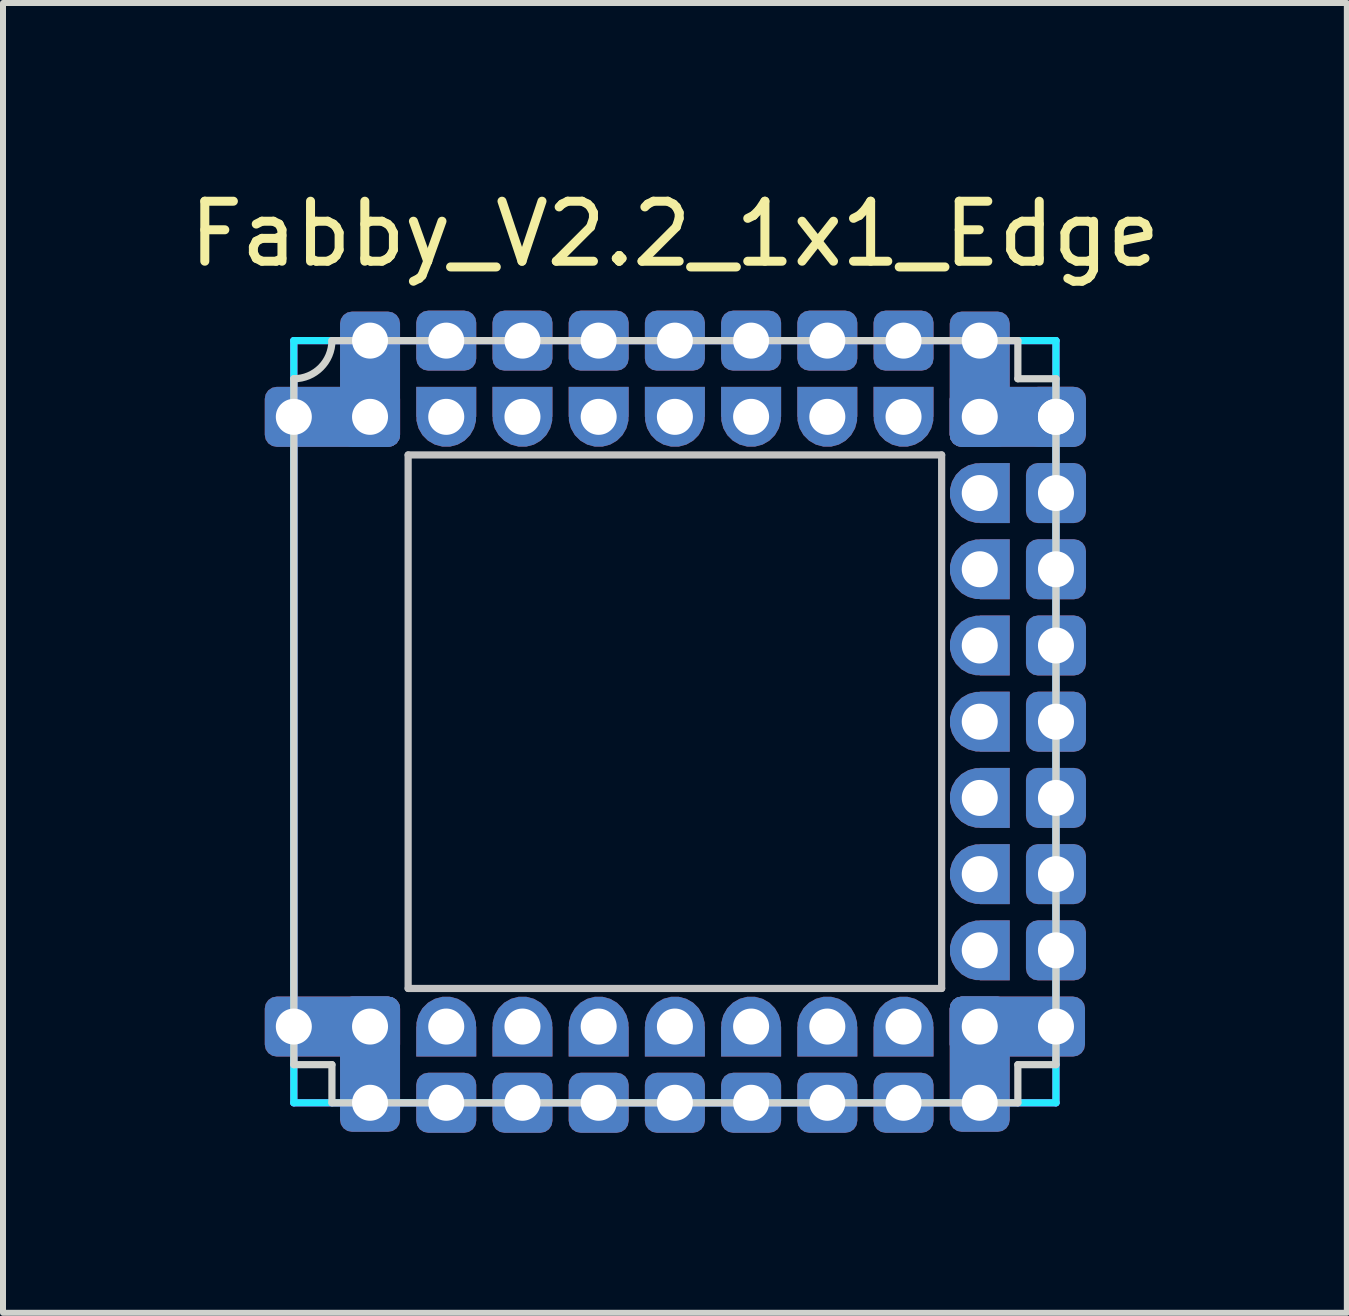
<source format=kicad_pcb>
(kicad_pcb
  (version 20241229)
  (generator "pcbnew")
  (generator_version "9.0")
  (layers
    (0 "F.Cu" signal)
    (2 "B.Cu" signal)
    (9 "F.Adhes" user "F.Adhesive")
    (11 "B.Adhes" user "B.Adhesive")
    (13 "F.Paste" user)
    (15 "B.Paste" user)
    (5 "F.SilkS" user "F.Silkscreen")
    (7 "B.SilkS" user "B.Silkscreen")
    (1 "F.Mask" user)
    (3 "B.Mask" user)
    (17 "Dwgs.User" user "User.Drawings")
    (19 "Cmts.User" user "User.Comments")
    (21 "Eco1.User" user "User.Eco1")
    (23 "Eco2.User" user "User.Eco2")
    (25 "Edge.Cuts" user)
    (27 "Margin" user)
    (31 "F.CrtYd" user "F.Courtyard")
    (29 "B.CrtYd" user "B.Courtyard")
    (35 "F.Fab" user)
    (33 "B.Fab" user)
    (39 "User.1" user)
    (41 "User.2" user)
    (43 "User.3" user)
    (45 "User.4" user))
  (footprint "Fabby_V2.2_1x1_Edge"
    (layer "F.Cu")
    (at 8.196 8.976)
    (property "Reference" "Fabby_V2.2_1x1_Edge" (at 0 -8.128 0) (layer "F.SilkS") (effects (font (size 1 1) (thickness 0.15))))
    (attr through_hole)
    (fp_line (start -4.445 -4.445) (end 4.445 -4.445) (stroke (width 0.12) (type solid)) (layer "Dwgs.User"))
    (fp_line (start -4.445 4.445) (end -4.445 -4.445) (stroke (width 0.12) (type solid)) (layer "Dwgs.User"))
    (fp_line (start 4.445 -4.445) (end 4.445 4.445) (stroke (width 0.12) (type solid)) (layer "Dwgs.User"))
    (fp_line (start 4.445 4.445) (end -4.445 4.445) (stroke (width 0.12) (type solid)) (layer "Dwgs.User"))
    (fp_line (start -6.35 -5.715) (end -6.35 5.715) (stroke (width 0.12) (type solid)) (layer "Edge.Cuts"))
    (fp_line (start -6.35 5.715) (end -5.715 5.715) (stroke (width 0.12) (type solid)) (layer "Edge.Cuts"))
    (fp_line (start -5.715 -6.35) (end 5.715 -6.35) (stroke (width 0.12) (type solid)) (layer "Edge.Cuts"))
    (fp_line (start -5.715 5.715) (end -5.715 6.35) (stroke (width 0.12) (type solid)) (layer "Edge.Cuts"))
    (fp_line (start 5.715 -6.35) (end 5.715 -5.715) (stroke (width 0.12) (type solid)) (layer "Edge.Cuts"))
    (fp_line (start 5.715 -5.715) (end 6.35 -5.715) (stroke (width 0.12) (type solid)) (layer "Edge.Cuts"))
    (fp_line (start 5.715 5.715) (end 6.35 5.715) (stroke (width 0.12) (type solid)) (layer "Edge.Cuts"))
    (fp_line (start 5.715 6.35) (end -5.715 6.35) (stroke (width 0.12) (type solid)) (layer "Edge.Cuts"))
    (fp_line (start 5.715 6.35) (end 5.715 5.715) (stroke (width 0.12) (type solid)) (layer "Edge.Cuts"))
    (fp_line (start 6.35 -5.715) (end 6.35 5.715) (stroke (width 0.12) (type solid)) (layer "Edge.Cuts"))
    (fp_arc (start -5.715 -6.35) (mid -5.900987 -5.900987) (end -6.35 -5.715) (stroke (width 0.12) (type solid)) (layer "Edge.Cuts"))
    (fp_line (start -6.35 -6.35) (end 6.35 -6.35) (stroke (width 0.12) (type solid)) (layer "B.CrtYd"))
    (fp_line (start -6.35 6.35) (end -6.35 -6.35) (stroke (width 0.12) (type solid)) (layer "B.CrtYd"))
    (fp_line (start 6.35 -6.35) (end 6.35 6.35) (stroke (width 0.12) (type solid)) (layer "B.CrtYd"))
    (fp_line (start 6.35 6.35) (end -6.35 6.35) (stroke (width 0.12) (type solid)) (layer "B.CrtYd"))
    (fp_line (start -6.35 -6.35) (end 6.35 -6.35) (stroke (width 0.12) (type solid)) (layer "F.CrtYd"))
    (fp_line (start -6.35 6.35) (end -6.35 -6.35) (stroke (width 0.12) (type solid)) (layer "F.CrtYd"))
    (fp_line (start 6.35 -6.35) (end 6.35 6.35) (stroke (width 0.12) (type solid)) (layer "F.CrtYd"))
    (fp_line (start 6.35 6.35) (end -6.35 6.35) (stroke (width 0.12) (type solid)) (layer "F.CrtYd"))
    (pad "" thru_hole roundrect (at -3.81 -6.35 270) (size 1 1) (drill 0.6) (layers "*.Cu" "*.Mask") (roundrect_rratio 0.2))
    (pad "" thru_hole roundrect (at -3.81 6.35 270) (size 1 1) (drill 0.6) (layers "*.Cu" "*.Mask") (roundrect_rratio 0.2))
    (pad "" thru_hole roundrect (at -2.54 -6.35 270) (size 1 1) (drill 0.6) (layers "*.Cu" "*.Mask") (roundrect_rratio 0.2))
    (pad "" thru_hole roundrect (at -2.54 6.35 270) (size 1 1) (drill 0.6) (layers "*.Cu" "*.Mask") (roundrect_rratio 0.2))
    (pad "" thru_hole roundrect (at -1.27 -6.35 270) (size 1 1) (drill 0.6) (layers "*.Cu" "*.Mask") (roundrect_rratio 0.2))
    (pad "" thru_hole roundrect (at -1.27 6.35 270) (size 1 1) (drill 0.6) (layers "*.Cu" "*.Mask") (roundrect_rratio 0.2))
    (pad "" thru_hole roundrect (at 0 -6.35 270) (size 1 1) (drill 0.6) (layers "*.Cu" "*.Mask") (roundrect_rratio 0.2))
    (pad "" thru_hole roundrect (at 0 6.35 270) (size 1 1) (drill 0.6) (layers "*.Cu" "*.Mask") (roundrect_rratio 0.2))
    (pad "" thru_hole roundrect (at 1.27 -6.35 270) (size 1 1) (drill 0.6) (layers "*.Cu" "*.Mask") (roundrect_rratio 0.2))
    (pad "" thru_hole roundrect (at 1.27 6.35 270) (size 1 1) (drill 0.6) (layers "*.Cu" "*.Mask") (roundrect_rratio 0.2))
    (pad "" thru_hole roundrect (at 2.54 -6.35 270) (size 1 1) (drill 0.6) (layers "*.Cu" "*.Mask") (roundrect_rratio 0.2))
    (pad "" thru_hole roundrect (at 2.54 6.35 270) (size 1 1) (drill 0.6) (layers "*.Cu" "*.Mask") (roundrect_rratio 0.2))
    (pad "" thru_hole roundrect (at 3.81 -6.35 270) (size 1 1) (drill 0.6) (layers "*.Cu" "*.Mask") (roundrect_rratio 0.2))
    (pad "" thru_hole roundrect (at 3.81 6.35 270) (size 1 1) (drill 0.6) (layers "*.Cu" "*.Mask") (roundrect_rratio 0.2))
    (pad "" thru_hole roundrect (at 6.35 -3.81 270) (size 1 1) (drill 0.6) (layers "*.Cu" "*.Mask") (roundrect_rratio 0.2))
    (pad "" thru_hole roundrect (at 6.35 -2.54 270) (size 1 1) (drill 0.6) (layers "*.Cu" "*.Mask") (roundrect_rratio 0.2))
    (pad "" thru_hole roundrect (at 6.35 -1.27 270) (size 1 1) (drill 0.6) (layers "*.Cu" "*.Mask") (roundrect_rratio 0.2))
    (pad "" thru_hole roundrect (at 6.35 0 270) (size 1 1) (drill 0.6) (layers "*.Cu" "*.Mask") (roundrect_rratio 0.2))
    (pad "" thru_hole roundrect (at 6.35 1.27 270) (size 1 1) (drill 0.6) (layers "*.Cu" "*.Mask") (roundrect_rratio 0.2))
    (pad "" thru_hole roundrect (at 6.35 2.54 270) (size 1 1) (drill 0.6) (layers "*.Cu" "*.Mask") (roundrect_rratio 0.2))
    (pad "" thru_hole roundrect (at 6.35 3.81 270) (size 1 1) (drill 0.6) (layers "*.Cu" "*.Mask") (roundrect_rratio 0.2))
    (pad "1" thru_hole roundrect (at -6.35 -5.08 270) (size 1 2.254) (drill 0.6 (offset 0 -0.643)) (layers "*.Cu" "*.Mask") (roundrect_rratio 0.2))
    (pad "1" thru_hole roundrect (at -5.08 -6.35 180) (size 1 2.254) (drill 0.6 (offset 0 -0.643)) (layers "*.Cu" "*.Mask") (roundrect_rratio 0.2))
    (pad "1" thru_hole roundrect (at -5.08 -5.08 270) (size 1 1) (drill 0.6) (layers "*.Cu" "*.Mask") (roundrect_rratio 0.2))
    (pad "9" thru_hole roundrect (at -6.35 5.08 270) (size 1 2.254) (drill 0.6 (offset 0 -0.643)) (layers "*.Cu" "*.Mask") (roundrect_rratio 0.2))
    (pad "9" thru_hole roundrect (at -5.08 5.08 270) (size 1 1) (drill 0.6) (layers "*.Cu" "*.Mask") (roundrect_rratio 0.2))
    (pad "9" thru_hole roundrect (at -5.08 6.35) (size 1 2.254) (drill 0.6 (offset 0 -0.643)) (layers "*.Cu" "*.Mask") (roundrect_rratio 0.2))
    (pad "10" thru_hole custom (at -3.81 5.08 90) (size 1 1) (drill 0.6) (layers "*.Cu" "*.Mask") (options (anchor circle)) (primitives (gr_poly (pts (xy -0.5 -0.5) (xy 0 -0.5) (xy 0 0.5) (xy -0.5 0.5)) (width 0) (fill yes))))
    (pad "11" thru_hole custom (at -2.54 5.08 90) (size 1 1) (drill 0.6) (layers "*.Cu" "*.Mask") (options (anchor circle)) (primitives (gr_poly (pts (xy -0.5 -0.5) (xy 0 -0.5) (xy 0 0.5) (xy -0.5 0.5)) (width 0) (fill yes))))
    (pad "12" thru_hole custom (at -1.27 5.08 90) (size 1 1) (drill 0.6) (layers "*.Cu" "*.Mask") (options (anchor circle)) (primitives (gr_poly (pts (xy -0.5 -0.5) (xy 0 -0.5) (xy 0 0.5) (xy -0.5 0.5)) (width 0) (fill yes))))
    (pad "13" thru_hole custom (at 0 5.08 90) (size 1 1) (drill 0.6) (layers "*.Cu" "*.Mask") (options (anchor circle)) (primitives (gr_poly (pts (xy -0.5 -0.5) (xy 0 -0.5) (xy 0 0.5) (xy -0.5 0.5)) (width 0) (fill yes))))
    (pad "14" thru_hole custom (at 1.27 5.08 90) (size 1 1) (drill 0.6) (layers "*.Cu" "*.Mask") (options (anchor circle)) (primitives (gr_poly (pts (xy -0.5 -0.5) (xy 0 -0.5) (xy 0 0.5) (xy -0.5 0.5)) (width 0) (fill yes))))
    (pad "15" thru_hole custom (at 2.54 5.08 90) (size 1 1) (drill 0.6) (layers "*.Cu" "*.Mask") (options (anchor circle)) (primitives (gr_poly (pts (xy -0.5 -0.5) (xy 0 -0.5) (xy 0 0.5) (xy -0.5 0.5)) (width 0) (fill yes))))
    (pad "16" thru_hole custom (at 3.81 5.08 90) (size 1 1) (drill 0.6) (layers "*.Cu" "*.Mask") (options (anchor circle)) (primitives (gr_poly (pts (xy -0.5 -0.5) (xy 0 -0.5) (xy 0 0.5) (xy -0.5 0.5)) (width 0) (fill yes))))
    (pad "17" thru_hole roundrect (at 5.08 5.08 270) (size 1 1) (drill 0.6) (layers "*.Cu" "*.Mask") (roundrect_rratio 0.2))
    (pad "17" thru_hole roundrect (at 5.08 6.35) (size 1 2.254) (drill 0.6 (offset 0 -0.643)) (layers "*.Cu" "*.Mask") (roundrect_rratio 0.2))
    (pad "17" thru_hole roundrect (at 6.35 5.08 90) (size 1 2.254) (drill 0.6 (offset 0 -0.643)) (layers "*.Cu" "*.Mask") (roundrect_rratio 0.2))
    (pad "18" thru_hole custom (at 5.08 3.81 180) (size 1 1) (drill 0.6) (layers "*.Cu" "*.Mask") (options (anchor circle)) (primitives (gr_poly (pts (xy -0.5 -0.5) (xy 0 -0.5) (xy 0 0.5) (xy -0.5 0.5)) (width 0) (fill yes))))
    (pad "19" thru_hole custom (at 5.08 2.54 180) (size 1 1) (drill 0.6) (layers "*.Cu" "*.Mask") (options (anchor circle)) (primitives (gr_poly (pts (xy -0.5 -0.5) (xy 0 -0.5) (xy 0 0.5) (xy -0.5 0.5)) (width 0) (fill yes))))
    (pad "20" thru_hole custom (at 5.08 1.27 180) (size 1 1) (drill 0.6) (layers "*.Cu" "*.Mask") (options (anchor circle)) (primitives (gr_poly (pts (xy -0.5 -0.5) (xy 0 -0.5) (xy 0 0.5) (xy -0.5 0.5)) (width 0) (fill yes))))
    (pad "21" thru_hole custom (at 5.08 0 180) (size 1 1) (drill 0.6) (layers "*.Cu" "*.Mask") (options (anchor circle)) (primitives (gr_poly (pts (xy -0.5 -0.5) (xy 0 -0.5) (xy 0 0.5) (xy -0.5 0.5)) (width 0) (fill yes))))
    (pad "22" thru_hole custom (at 5.08 -1.27 180) (size 1 1) (drill 0.6) (layers "*.Cu" "*.Mask") (options (anchor circle)) (primitives (gr_poly (pts (xy -0.5 -0.5) (xy 0 -0.5) (xy 0 0.5) (xy -0.5 0.5)) (width 0) (fill yes))))
    (pad "23" thru_hole custom (at 5.08 -2.54 180) (size 1 1) (drill 0.6) (layers "*.Cu" "*.Mask") (options (anchor circle)) (primitives (gr_poly (pts (xy -0.5 -0.5) (xy 0 -0.5) (xy 0 0.5) (xy -0.5 0.5)) (width 0) (fill yes))))
    (pad "24" thru_hole custom (at 5.08 -3.81 180) (size 1 1) (drill 0.6) (layers "*.Cu" "*.Mask") (options (anchor circle)) (primitives (gr_poly (pts (xy -0.5 -0.5) (xy 0 -0.5) (xy 0 0.5) (xy -0.5 0.5)) (width 0) (fill yes))))
    (pad "25" thru_hole roundrect (at 5.08 -6.35 180) (size 1 2.254) (drill 0.6 (offset 0 -0.643)) (layers "*.Cu" "*.Mask") (roundrect_rratio 0.2))
    (pad "25" thru_hole roundrect (at 5.08 -5.08 270) (size 1 1) (drill 0.6) (layers "*.Cu" "*.Mask") (roundrect_rratio 0.2))
    (pad "25" thru_hole roundrect (at 6.35 -5.08 270) (size 1 1) (drill 0.6) (layers "*.Cu" "*.Mask") (roundrect_rratio 0.2))
    (pad "25" thru_hole roundrect (at 6.35 -5.08 90) (size 1 2.254) (drill 0.6 (offset 0 -0.643)) (layers "*.Cu" "*.Mask") (roundrect_rratio 0.2))
    (pad "26" thru_hole custom (at 3.81 -5.08 270) (size 1 1) (drill 0.6) (layers "*.Cu" "*.Mask") (options (anchor circle)) (primitives (gr_poly (pts (xy -0.5 -0.5) (xy 0 -0.5) (xy 0 0.5) (xy -0.5 0.5)) (width 0) (fill yes))))
    (pad "27" thru_hole custom (at 2.54 -5.08 270) (size 1 1) (drill 0.6) (layers "*.Cu" "*.Mask") (options (anchor circle)) (primitives (gr_poly (pts (xy -0.5 -0.5) (xy 0 -0.5) (xy 0 0.5) (xy -0.5 0.5)) (width 0) (fill yes))))
    (pad "28" thru_hole custom (at 1.27 -5.08 270) (size 1 1) (drill 0.6) (layers "*.Cu" "*.Mask") (options (anchor circle)) (primitives (gr_poly (pts (xy -0.5 -0.5) (xy 0 -0.5) (xy 0 0.5) (xy -0.5 0.5)) (width 0) (fill yes))))
    (pad "29" thru_hole custom (at 0 -5.08 270) (size 1 1) (drill 0.6) (layers "*.Cu" "*.Mask") (options (anchor circle)) (primitives (gr_poly (pts (xy -0.5 -0.5) (xy 0 -0.5) (xy 0 0.5) (xy -0.5 0.5)) (width 0) (fill yes))))
    (pad "30" thru_hole custom (at -1.27 -5.08 270) (size 1 1) (drill 0.6) (layers "*.Cu" "*.Mask") (options (anchor circle)) (primitives (gr_poly (pts (xy -0.5 -0.5) (xy 0 -0.5) (xy 0 0.5) (xy -0.5 0.5)) (width 0) (fill yes))))
    (pad "31" thru_hole custom (at -2.54 -5.08 270) (size 1 1) (drill 0.6) (layers "*.Cu" "*.Mask") (options (anchor circle)) (primitives (gr_poly (pts (xy -0.5 -0.5) (xy 0 -0.5) (xy 0 0.5) (xy -0.5 0.5)) (width 0) (fill yes))))
    (pad "32" thru_hole custom (at -3.81 -5.08 270) (size 1 1) (drill 0.6) (layers "*.Cu" "*.Mask") (options (anchor circle)) (primitives (gr_poly (pts (xy -0.5 -0.5) (xy 0 -0.5) (xy 0 0.5) (xy -0.5 0.5)) (width 0) (fill yes)))))
  (gr_rect
    (start -3 -3)
    (end 19.393 18.826)
    (stroke (width 0.1) (type default))
    (fill no)
    (layer "Edge.Cuts")))
</source>
